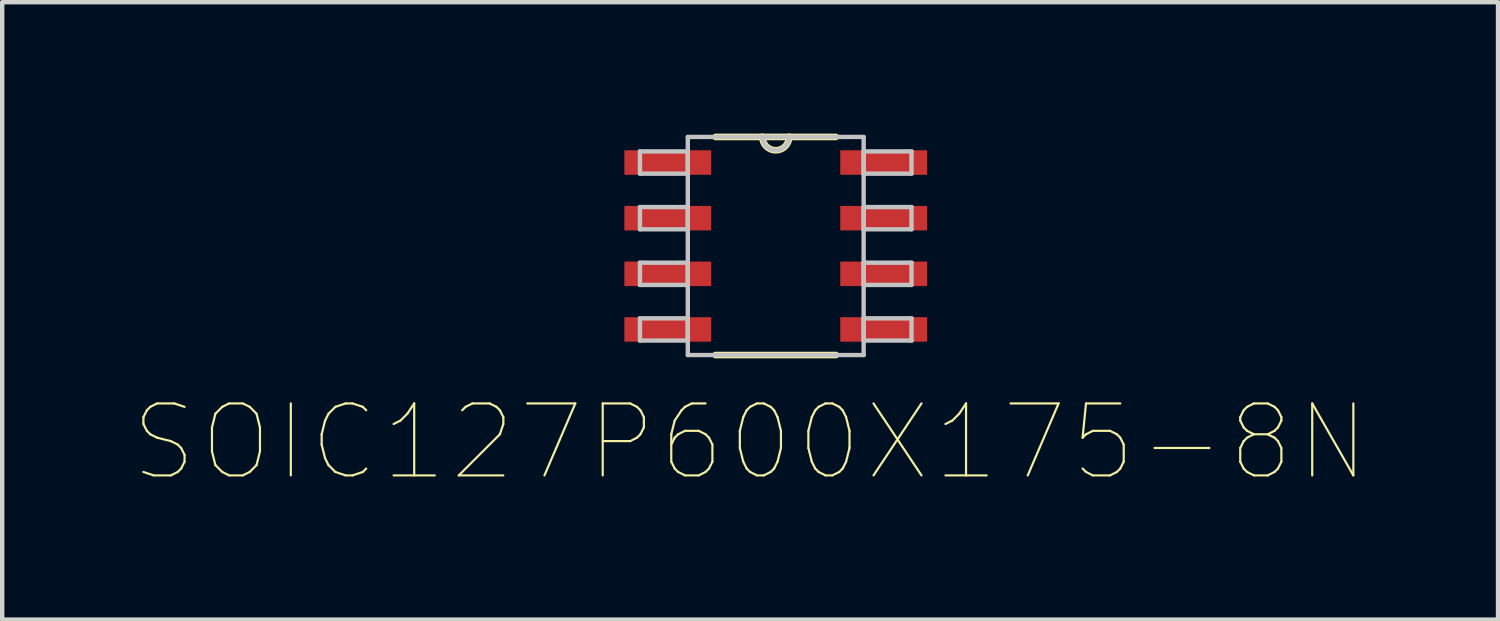
<source format=kicad_pcb>
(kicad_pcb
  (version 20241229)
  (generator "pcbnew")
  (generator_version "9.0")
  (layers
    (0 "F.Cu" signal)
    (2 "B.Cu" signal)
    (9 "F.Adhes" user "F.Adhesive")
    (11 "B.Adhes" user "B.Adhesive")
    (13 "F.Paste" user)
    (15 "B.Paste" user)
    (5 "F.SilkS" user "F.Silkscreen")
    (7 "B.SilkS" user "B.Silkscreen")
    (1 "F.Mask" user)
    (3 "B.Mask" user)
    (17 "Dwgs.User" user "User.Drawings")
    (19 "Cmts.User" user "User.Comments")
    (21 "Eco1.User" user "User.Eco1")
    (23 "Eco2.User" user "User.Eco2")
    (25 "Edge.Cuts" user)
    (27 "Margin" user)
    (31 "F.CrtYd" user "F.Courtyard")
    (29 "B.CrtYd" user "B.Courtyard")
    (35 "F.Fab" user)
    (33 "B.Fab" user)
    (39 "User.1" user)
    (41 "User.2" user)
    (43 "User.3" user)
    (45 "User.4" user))
  (footprint "SOIC127P600X175-8N"
    (layer "F.Cu")
    (at 14.657 2.565)
    (property "Reference" "SOIC127P600X175-8N" (at -0.585 4.479 0) (layer "F.SilkS") (effects (font (size 1.643 1.643) (thickness 0.05))))
    (attr smd)
    (fp_line (start -1.372 2.489) (end 1.372 2.489) (stroke (width 0.152) (type solid)) (layer "F.SilkS"))
    (fp_line (start -0.305 -2.489) (end -1.372 -2.489) (stroke (width 0.152) (type solid)) (layer "F.SilkS"))
    (fp_line (start 0.305 -2.489) (end -0.305 -2.489) (stroke (width 0.152) (type solid)) (layer "F.SilkS"))
    (fp_line (start 1.372 -2.489) (end 0.305 -2.489) (stroke (width 0.152) (type solid)) (layer "F.SilkS"))
    (fp_arc (start 0.3048 -2.4892) (mid 0 -2.1844) (end -0.3048 -2.4892) (stroke (width 0.1524) (type solid)) (layer "F.SilkS"))
    (fp_line (start -3.099 -2.159) (end -3.099 -1.651) (stroke (width 0.1) (type solid)) (layer "Dwgs.User"))
    (fp_line (start -3.099 -1.651) (end -2.007 -1.651) (stroke (width 0.1) (type solid)) (layer "Dwgs.User"))
    (fp_line (start -3.099 -0.889) (end -3.099 -0.381) (stroke (width 0.1) (type solid)) (layer "Dwgs.User"))
    (fp_line (start -3.099 -0.381) (end -2.007 -0.381) (stroke (width 0.1) (type solid)) (layer "Dwgs.User"))
    (fp_line (start -3.099 0.381) (end -3.099 0.889) (stroke (width 0.1) (type solid)) (layer "Dwgs.User"))
    (fp_line (start -3.099 0.889) (end -2.007 0.889) (stroke (width 0.1) (type solid)) (layer "Dwgs.User"))
    (fp_line (start -3.099 1.651) (end -3.099 2.159) (stroke (width 0.1) (type solid)) (layer "Dwgs.User"))
    (fp_line (start -3.099 2.159) (end -2.007 2.159) (stroke (width 0.1) (type solid)) (layer "Dwgs.User"))
    (fp_line (start -2.007 -2.489) (end -2.007 2.489) (stroke (width 0.1) (type solid)) (layer "Dwgs.User"))
    (fp_line (start -2.007 -2.159) (end -3.099 -2.159) (stroke (width 0.1) (type solid)) (layer "Dwgs.User"))
    (fp_line (start -2.007 -1.651) (end -2.007 -2.159) (stroke (width 0.1) (type solid)) (layer "Dwgs.User"))
    (fp_line (start -2.007 -0.889) (end -3.099 -0.889) (stroke (width 0.1) (type solid)) (layer "Dwgs.User"))
    (fp_line (start -2.007 -0.381) (end -2.007 -0.889) (stroke (width 0.1) (type solid)) (layer "Dwgs.User"))
    (fp_line (start -2.007 0.381) (end -3.099 0.381) (stroke (width 0.1) (type solid)) (layer "Dwgs.User"))
    (fp_line (start -2.007 0.889) (end -2.007 0.381) (stroke (width 0.1) (type solid)) (layer "Dwgs.User"))
    (fp_line (start -2.007 1.651) (end -3.099 1.651) (stroke (width 0.1) (type solid)) (layer "Dwgs.User"))
    (fp_line (start -2.007 2.159) (end -2.007 1.651) (stroke (width 0.1) (type solid)) (layer "Dwgs.User"))
    (fp_line (start -2.007 2.489) (end 2.007 2.489) (stroke (width 0.1) (type solid)) (layer "Dwgs.User"))
    (fp_line (start -0.305 -2.489) (end -2.007 -2.489) (stroke (width 0.1) (type solid)) (layer "Dwgs.User"))
    (fp_line (start 0.305 -2.489) (end -0.305 -2.489) (stroke (width 0.1) (type solid)) (layer "Dwgs.User"))
    (fp_line (start 2.007 -2.489) (end 0.305 -2.489) (stroke (width 0.1) (type solid)) (layer "Dwgs.User"))
    (fp_line (start 2.007 -2.159) (end 2.007 -1.651) (stroke (width 0.1) (type solid)) (layer "Dwgs.User"))
    (fp_line (start 2.007 -1.651) (end 3.099 -1.651) (stroke (width 0.1) (type solid)) (layer "Dwgs.User"))
    (fp_line (start 2.007 -0.889) (end 2.007 -0.381) (stroke (width 0.1) (type solid)) (layer "Dwgs.User"))
    (fp_line (start 2.007 -0.381) (end 3.099 -0.381) (stroke (width 0.1) (type solid)) (layer "Dwgs.User"))
    (fp_line (start 2.007 0.381) (end 2.007 0.889) (stroke (width 0.1) (type solid)) (layer "Dwgs.User"))
    (fp_line (start 2.007 0.889) (end 3.099 0.889) (stroke (width 0.1) (type solid)) (layer "Dwgs.User"))
    (fp_line (start 2.007 1.651) (end 2.007 2.159) (stroke (width 0.1) (type solid)) (layer "Dwgs.User"))
    (fp_line (start 2.007 2.159) (end 3.099 2.159) (stroke (width 0.1) (type solid)) (layer "Dwgs.User"))
    (fp_line (start 2.007 2.489) (end 2.007 -2.489) (stroke (width 0.1) (type solid)) (layer "Dwgs.User"))
    (fp_line (start 3.099 -2.159) (end 2.007 -2.159) (stroke (width 0.1) (type solid)) (layer "Dwgs.User"))
    (fp_line (start 3.099 -1.651) (end 3.099 -2.159) (stroke (width 0.1) (type solid)) (layer "Dwgs.User"))
    (fp_line (start 3.099 -0.889) (end 2.007 -0.889) (stroke (width 0.1) (type solid)) (layer "Dwgs.User"))
    (fp_line (start 3.099 -0.381) (end 3.099 -0.889) (stroke (width 0.1) (type solid)) (layer "Dwgs.User"))
    (fp_line (start 3.099 0.381) (end 2.007 0.381) (stroke (width 0.1) (type solid)) (layer "Dwgs.User"))
    (fp_line (start 3.099 0.889) (end 3.099 0.381) (stroke (width 0.1) (type solid)) (layer "Dwgs.User"))
    (fp_line (start 3.099 1.651) (end 2.007 1.651) (stroke (width 0.1) (type solid)) (layer "Dwgs.User"))
    (fp_line (start 3.099 2.159) (end 3.099 1.651) (stroke (width 0.1) (type solid)) (layer "Dwgs.User"))
    (fp_arc (start 0.3048 -2.4892) (mid 0 -2.1844) (end -0.3048 -2.4892) (stroke (width 0.1) (type solid)) (layer "Dwgs.User"))
    (pad "1" smd rect (at -2.464 -1.905) (size 1.981 0.559) (layers "F.Cu" "F.Mask" "F.Paste"))
    (pad "2" smd rect (at -2.464 -0.635) (size 1.981 0.559) (layers "F.Cu" "F.Mask" "F.Paste"))
    (pad "3" smd rect (at -2.464 0.635) (size 1.981 0.559) (layers "F.Cu" "F.Mask" "F.Paste"))
    (pad "4" smd rect (at -2.464 1.905) (size 1.981 0.559) (layers "F.Cu" "F.Mask" "F.Paste"))
    (pad "5" smd rect (at 2.464 1.905) (size 1.981 0.559) (layers "F.Cu" "F.Mask" "F.Paste"))
    (pad "6" smd rect (at 2.464 0.635) (size 1.981 0.559) (layers "F.Cu" "F.Mask" "F.Paste"))
    (pad "7" smd rect (at 2.464 -0.635) (size 1.981 0.559) (layers "F.Cu" "F.Mask" "F.Paste"))
    (pad "8" smd rect (at 2.464 -1.905) (size 1.981 0.559) (layers "F.Cu" "F.Mask" "F.Paste")))
  (gr_rect
    (start -3 -3)
    (end 31.144 11.093)
    (stroke (width 0.1) (type default))
    (fill no)
    (layer "Edge.Cuts")))
</source>
